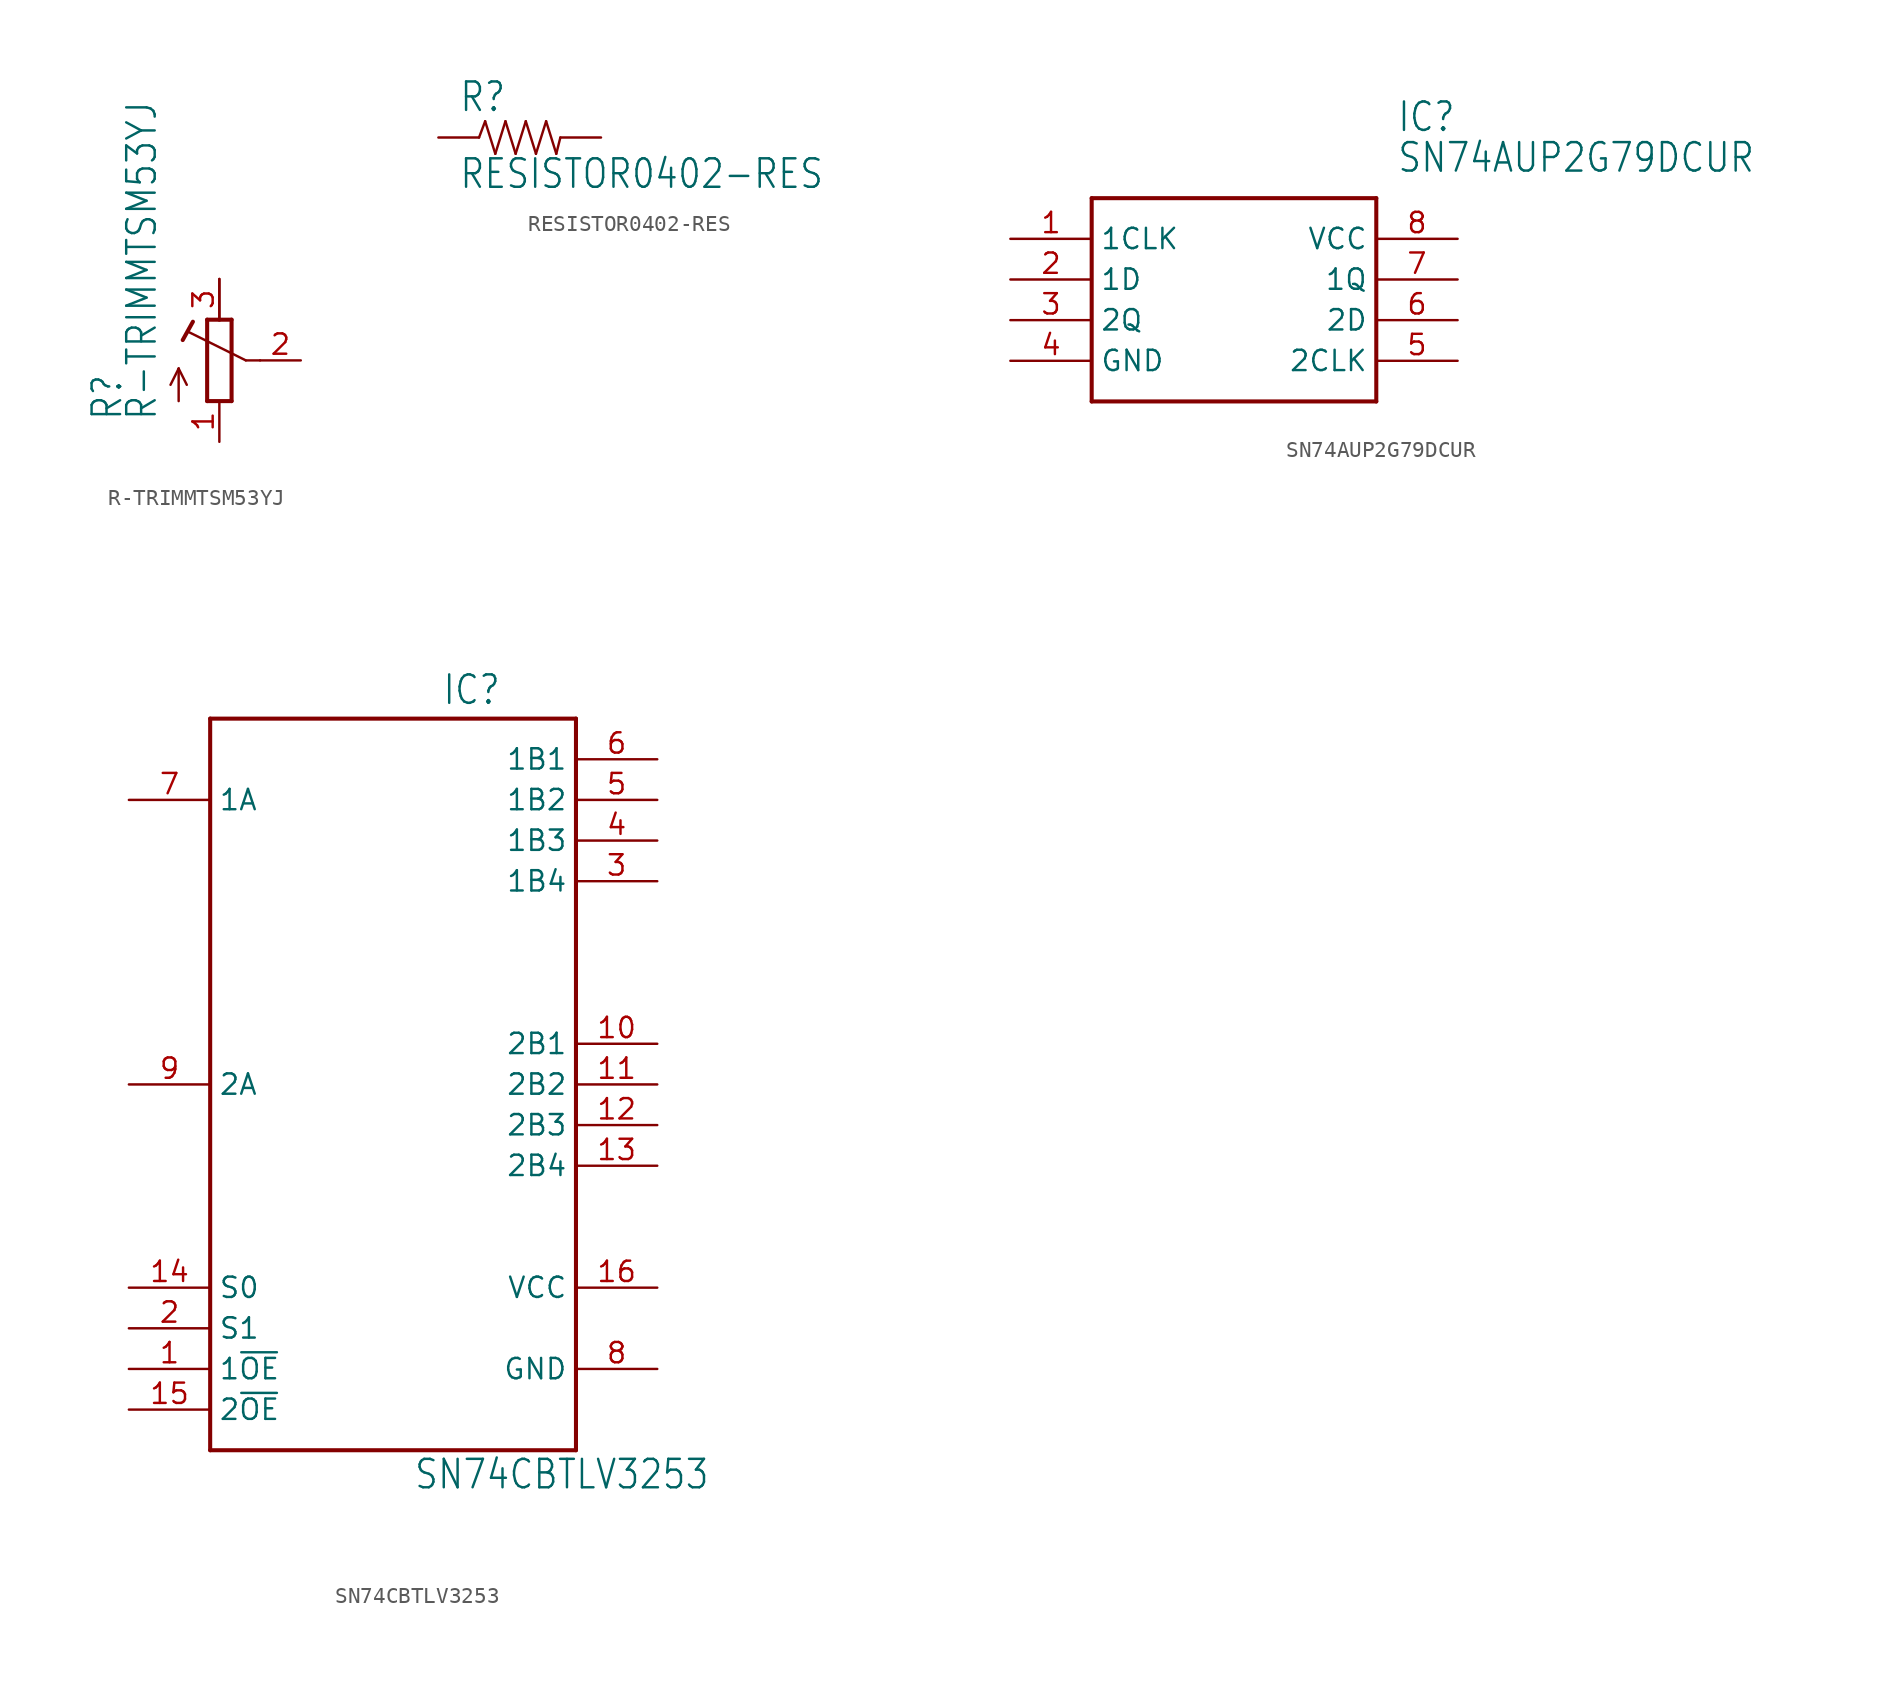
<source format=kicad_sym>
(kicad_symbol_lib
  (version 20211014)
  (generator kicad_symbol_editor)
  (symbol "R-TRIMMTSM53YJ"
    (property "Reference" "R"
      (at -5.969 -3.81 90)
      (effects (font (size 1.778 1.511)) (justify left bottom)))
    (property "Value" "R-TRIMMTSM53YJ"
      (at -3.81 -3.81 90)
      (effects (font (size 1.778 1.511)) (justify left bottom)))
    (property "ki_locked" ""
      (at 0 0 0)
      (effects (font (size 1.27 1.27))))
    (symbol "R-TRIMMTSM53YJ_1_0"
      (polyline (pts (xy -2.54 -2.54) (xy -2.54 -0.508)) (stroke (width 0.152) (type default) (color 0 0 0 0)) (fill (type none)))
      (polyline (pts (xy -2.54 -0.508) (xy -3.048 -1.524)) (stroke (width 0.152) (type default) (color 0 0 0 0)) (fill (type none)))
      (polyline (pts (xy -2.54 -0.508) (xy -2.032 -1.524)) (stroke (width 0.152) (type default) (color 0 0 0 0)) (fill (type none)))
      (polyline (pts (xy -2.286 1.27) (xy -1.651 2.413)) (stroke (width 0.254) (type default) (color 0 0 0 0)) (fill (type none)))
      (polyline (pts (xy -0.762 -2.54) (xy 0.762 -2.54)) (stroke (width 0.254) (type default) (color 0 0 0 0)) (fill (type none)))
      (polyline (pts (xy -0.762 2.54) (xy -0.762 -2.54)) (stroke (width 0.254) (type default) (color 0 0 0 0)) (fill (type none)))
      (polyline (pts (xy 0 2.54) (xy -0.762 2.54)) (stroke (width 0.254) (type default) (color 0 0 0 0)) (fill (type none)))
      (polyline (pts (xy 0 2.54) (xy 0 5.08)) (stroke (width 0.152) (type default) (color 0 0 0 0)) (fill (type none)))
      (polyline (pts (xy 0.762 -2.54) (xy 0.762 2.54)) (stroke (width 0.254) (type default) (color 0 0 0 0)) (fill (type none)))
      (polyline (pts (xy 0.762 2.54) (xy 0 2.54)) (stroke (width 0.254) (type default) (color 0 0 0 0)) (fill (type none)))
      (polyline (pts (xy 1.651 0) (xy -1.88 1.753)) (stroke (width 0.152) (type default) (color 0 0 0 0)) (fill (type none)))
      (polyline (pts (xy 2.54 0) (xy 1.651 0)) (stroke (width 0.152) (type default) (color 0 0 0 0)) (fill (type none)))
      (pin passive line (at 0 -5.08 90) (length 2.54) (name "A" (effects (font (size 0 0)))) (number "1" (effects (font (size 1.27 1.27)))))
      (pin passive line (at 5.08 0 180) (length 2.54) (name "S" (effects (font (size 0 0)))) (number "2" (effects (font (size 1.27 1.27)))))
      (pin passive line (at 0 5.08 270) (length 2.54) (name "E" (effects (font (size 0 0)))) (number "3" (effects (font (size 1.27 1.27)))))))
  (symbol "RESISTOR0402-RES"
    (property "Reference" "R"
      (at -3.81 1.499 0)
      (effects (font (size 1.778 1.511)) (justify left bottom)))
    (property "Value" "RESISTOR0402-RES"
      (at -3.81 -3.302 0)
      (effects (font (size 1.778 1.511)) (justify left bottom)))
    (property "ki_locked" ""
      (at 0 0 0)
      (effects (font (size 1.27 1.27))))
    (symbol "RESISTOR0402-RES_1_0"
      (polyline (pts (xy -2.54 0) (xy -2.159 1.016)) (stroke (width 0.152) (type default) (color 0 0 0 0)) (fill (type none)))
      (polyline (pts (xy -2.159 1.016) (xy -1.524 -1.016)) (stroke (width 0.152) (type default) (color 0 0 0 0)) (fill (type none)))
      (polyline (pts (xy -1.524 -1.016) (xy -0.889 1.016)) (stroke (width 0.152) (type default) (color 0 0 0 0)) (fill (type none)))
      (polyline (pts (xy -0.889 1.016) (xy -0.254 -1.016)) (stroke (width 0.152) (type default) (color 0 0 0 0)) (fill (type none)))
      (polyline (pts (xy -0.254 -1.016) (xy 0.381 1.016)) (stroke (width 0.152) (type default) (color 0 0 0 0)) (fill (type none)))
      (polyline (pts (xy 0.381 1.016) (xy 1.016 -1.016)) (stroke (width 0.152) (type default) (color 0 0 0 0)) (fill (type none)))
      (polyline (pts (xy 1.016 -1.016) (xy 1.651 1.016)) (stroke (width 0.152) (type default) (color 0 0 0 0)) (fill (type none)))
      (polyline (pts (xy 1.651 1.016) (xy 2.286 -1.016)) (stroke (width 0.152) (type default) (color 0 0 0 0)) (fill (type none)))
      (polyline (pts (xy 2.286 -1.016) (xy 2.54 0)) (stroke (width 0.152) (type default) (color 0 0 0 0)) (fill (type none)))
      (pin passive line (at -5.08 0 0) (length 2.54) (name "1" (effects (font (size 0 0)))) (number "1" (effects (font (size 0 0)))))
      (pin passive line (at 5.08 0 180) (length 2.54) (name "2" (effects (font (size 0 0)))) (number "2" (effects (font (size 0 0)))))))
  (symbol "SN74AUP2G79DCUR"
    (property "Reference" "IC"
      (at 24.13 7.62 0)
      (effects (font (size 1.778 1.511)) (justify left)))
    (property "Value" "SN74AUP2G79DCUR"
      (at 24.13 5.08 0)
      (effects (font (size 1.778 1.511)) (justify left)))
    (property "ki_locked" ""
      (at 0 0 0)
      (effects (font (size 1.27 1.27))))
    (symbol "SN74AUP2G79DCUR_1_0"
      (polyline (pts (xy 5.08 2.54) (xy 5.08 -10.16)) (stroke (width 0.254) (type default) (color 0 0 0 0)) (fill (type none)))
      (polyline (pts (xy 5.08 2.54) (xy 22.86 2.54)) (stroke (width 0.254) (type default) (color 0 0 0 0)) (fill (type none)))
      (polyline (pts (xy 22.86 -10.16) (xy 5.08 -10.16)) (stroke (width 0.254) (type default) (color 0 0 0 0)) (fill (type none)))
      (polyline (pts (xy 22.86 -10.16) (xy 22.86 2.54)) (stroke (width 0.254) (type default) (color 0 0 0 0)) (fill (type none)))
      (pin bidirectional line (at 0 0 0) (length 5.08) (name "1CLK" (effects (font (size 1.27 1.27)))) (number "1" (effects (font (size 1.27 1.27)))))
      (pin bidirectional line (at 0 -2.54 0) (length 5.08) (name "1D" (effects (font (size 1.27 1.27)))) (number "2" (effects (font (size 1.27 1.27)))))
      (pin bidirectional line (at 0 -5.08 0) (length 5.08) (name "2Q" (effects (font (size 1.27 1.27)))) (number "3" (effects (font (size 1.27 1.27)))))
      (pin bidirectional line (at 0 -7.62 0) (length 5.08) (name "GND" (effects (font (size 1.27 1.27)))) (number "4" (effects (font (size 1.27 1.27)))))
      (pin bidirectional line (at 27.94 -7.62 180) (length 5.08) (name "2CLK" (effects (font (size 1.27 1.27)))) (number "5" (effects (font (size 1.27 1.27)))))
      (pin bidirectional line (at 27.94 -5.08 180) (length 5.08) (name "2D" (effects (font (size 1.27 1.27)))) (number "6" (effects (font (size 1.27 1.27)))))
      (pin bidirectional line (at 27.94 -2.54 180) (length 5.08) (name "1Q" (effects (font (size 1.27 1.27)))) (number "7" (effects (font (size 1.27 1.27)))))
      (pin bidirectional line (at 27.94 0 180) (length 5.08) (name "VCC" (effects (font (size 1.27 1.27)))) (number "8" (effects (font (size 1.27 1.27)))))))
  (symbol "SN74CBTLV3253"
    (property "Reference" "IC"
      (at 14.478 46.482 0)
      (effects (font (size 1.778 1.511)) (justify left bottom)))
    (property "Value" "SN74CBTLV3253"
      (at 12.7 -2.54 0)
      (effects (font (size 1.778 1.511)) (justify left bottom)))
    (property "ki_locked" ""
      (at 0 0 0)
      (effects (font (size 1.27 1.27))))
    (symbol "SN74CBTLV3253_1_0"
      (polyline (pts (xy 0 0) (xy 22.86 0)) (stroke (width 0.254) (type default) (color 0 0 0 0)) (fill (type none)))
      (polyline (pts (xy 0 45.72) (xy 0 0)) (stroke (width 0.254) (type default) (color 0 0 0 0)) (fill (type none)))
      (polyline (pts (xy 22.86 0) (xy 22.86 45.72)) (stroke (width 0.254) (type default) (color 0 0 0 0)) (fill (type none)))
      (polyline (pts (xy 22.86 45.72) (xy 0 45.72)) (stroke (width 0.254) (type default) (color 0 0 0 0)) (fill (type none)))
      (pin bidirectional line (at -5.08 5.08 0) (length 5.08) (name "1~{OE}" (effects (font (size 1.27 1.27)))) (number "1" (effects (font (size 1.27 1.27)))))
      (pin bidirectional line (at 27.94 25.4 180) (length 5.08) (name "2B1" (effects (font (size 1.27 1.27)))) (number "10" (effects (font (size 1.27 1.27)))))
      (pin bidirectional line (at 27.94 22.86 180) (length 5.08) (name "2B2" (effects (font (size 1.27 1.27)))) (number "11" (effects (font (size 1.27 1.27)))))
      (pin bidirectional line (at 27.94 20.32 180) (length 5.08) (name "2B3" (effects (font (size 1.27 1.27)))) (number "12" (effects (font (size 1.27 1.27)))))
      (pin bidirectional line (at 27.94 17.78 180) (length 5.08) (name "2B4" (effects (font (size 1.27 1.27)))) (number "13" (effects (font (size 1.27 1.27)))))
      (pin bidirectional line (at -5.08 10.16 0) (length 5.08) (name "S0" (effects (font (size 1.27 1.27)))) (number "14" (effects (font (size 1.27 1.27)))))
      (pin bidirectional line (at -5.08 2.54 0) (length 5.08) (name "2~{OE}" (effects (font (size 1.27 1.27)))) (number "15" (effects (font (size 1.27 1.27)))))
      (pin bidirectional line (at 27.94 10.16 180) (length 5.08) (name "VCC" (effects (font (size 1.27 1.27)))) (number "16" (effects (font (size 1.27 1.27)))))
      (pin bidirectional line (at -5.08 7.62 0) (length 5.08) (name "S1" (effects (font (size 1.27 1.27)))) (number "2" (effects (font (size 1.27 1.27)))))
      (pin bidirectional line (at 27.94 35.56 180) (length 5.08) (name "1B4" (effects (font (size 1.27 1.27)))) (number "3" (effects (font (size 1.27 1.27)))))
      (pin bidirectional line (at 27.94 38.1 180) (length 5.08) (name "1B3" (effects (font (size 1.27 1.27)))) (number "4" (effects (font (size 1.27 1.27)))))
      (pin bidirectional line (at 27.94 40.64 180) (length 5.08) (name "1B2" (effects (font (size 1.27 1.27)))) (number "5" (effects (font (size 1.27 1.27)))))
      (pin bidirectional line (at 27.94 43.18 180) (length 5.08) (name "1B1" (effects (font (size 1.27 1.27)))) (number "6" (effects (font (size 1.27 1.27)))))
      (pin bidirectional line (at -5.08 40.64 0) (length 5.08) (name "1A" (effects (font (size 1.27 1.27)))) (number "7" (effects (font (size 1.27 1.27)))))
      (pin bidirectional line (at 27.94 5.08 180) (length 5.08) (name "GND" (effects (font (size 1.27 1.27)))) (number "8" (effects (font (size 1.27 1.27)))))
      (pin bidirectional line (at -5.08 22.86 0) (length 5.08) (name "2A" (effects (font (size 1.27 1.27)))) (number "9" (effects (font (size 1.27 1.27))))))))
</source>
